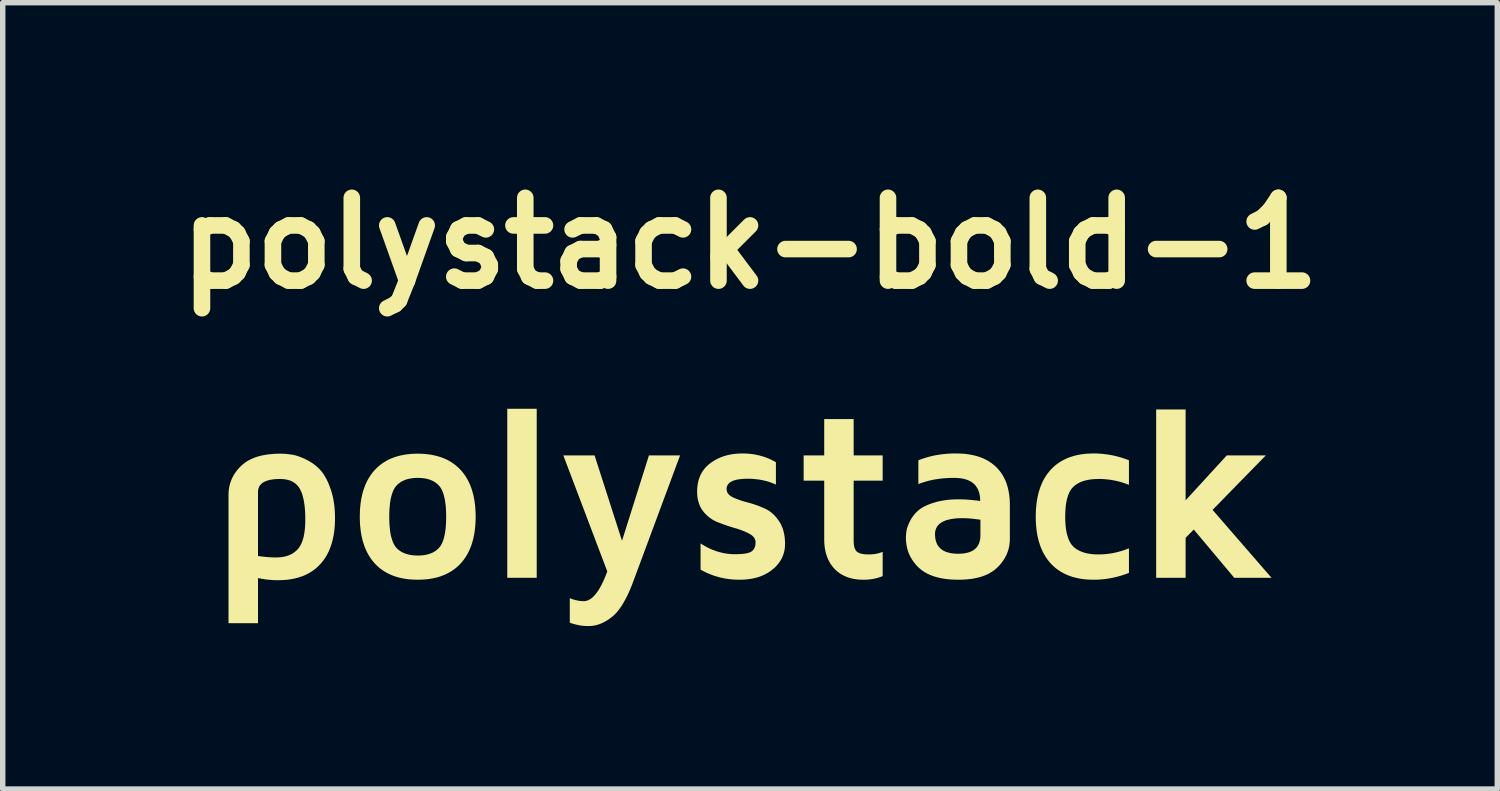
<source format=kicad_pcb>
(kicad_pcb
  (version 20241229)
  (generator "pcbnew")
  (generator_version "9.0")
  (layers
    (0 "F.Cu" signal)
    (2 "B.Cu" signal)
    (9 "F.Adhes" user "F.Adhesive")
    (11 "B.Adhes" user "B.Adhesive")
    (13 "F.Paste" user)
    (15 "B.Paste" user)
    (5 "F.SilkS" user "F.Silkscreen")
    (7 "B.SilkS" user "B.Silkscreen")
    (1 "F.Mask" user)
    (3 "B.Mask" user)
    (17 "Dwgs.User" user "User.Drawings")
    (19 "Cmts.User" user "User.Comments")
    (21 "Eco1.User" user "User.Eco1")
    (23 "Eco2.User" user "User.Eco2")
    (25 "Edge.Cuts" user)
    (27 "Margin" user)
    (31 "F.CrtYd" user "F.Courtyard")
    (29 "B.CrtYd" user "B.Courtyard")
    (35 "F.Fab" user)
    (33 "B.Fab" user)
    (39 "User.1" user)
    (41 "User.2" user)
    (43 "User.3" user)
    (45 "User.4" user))
  (footprint "polystack-bold-1"
    (layer "F.Cu")
    (at 10.755 6.474)
    (property "Reference" "polystack-bold-1" (at 0 -5.048 0) (layer "F.SilkS") (effects (font (size 1.524 1.524) (thickness 0.305))))
    (attr smd)
    (fp_poly (pts (xy -4.468 1.111) (xy -4.468 -2) (xy -3.926 -2) (xy -3.926 1.111) (xy -4.468 1.111)) (stroke (width 0) (type solid)) (fill yes) (layer "F.SilkS"))
    (fp_poly (pts (xy 7.476 1.111) (xy 7.476 -1.987) (xy 8.018 -1.987) (xy 8.018 -0.315) (xy 8.776 -1.142) (xy 9.495 -1.142) (xy 8.514 -0.139) (xy 9.599 1.111) (xy 8.913 1.111) (xy 8.168 0.223) (xy 8.018 0.375) (xy 8.018 1.111) (xy 7.476 1.111)) (stroke (width 0) (type solid)) (fill yes) (layer "F.SilkS"))
    (fp_poly (pts (xy 0.987 -0.677) (xy 0.987 -1.142) (xy 1.366 -1.142) (xy 1.366 -1.81) (xy 1.908 -1.81) (xy 1.908 -1.142) (xy 2.442 -1.142) (xy 2.442 -0.677) (xy 1.908 -0.677) (xy 1.908 0.434) (xy 1.909 0.469) (xy 1.912 0.501) (xy 1.917 0.53) (xy 1.923 0.556) (xy 1.932 0.579) (xy 1.942 0.599) (xy 1.954 0.616) (xy 1.968 0.631) (xy 1.983 0.641) (xy 2 0.651) (xy 2.019 0.659) (xy 2.041 0.666) (xy 2.065 0.671) (xy 2.091 0.676) (xy 2.12 0.679) (xy 2.151 0.681) (xy 2.184 0.681) (xy 2.213 0.681) (xy 2.241 0.679) (xy 2.268 0.677) (xy 2.295 0.674) (xy 2.321 0.669) (xy 2.347 0.664) (xy 2.371 0.658) (xy 2.396 0.65) (xy 2.419 0.642) (xy 2.442 0.633) (xy 2.442 1.08) (xy 2.417 1.09) (xy 2.392 1.099) (xy 2.367 1.107) (xy 2.341 1.115) (xy 2.316 1.121) (xy 2.289 1.127) (xy 2.263 1.132) (xy 2.236 1.137) (xy 2.208 1.14) (xy 2.181 1.143) (xy 2.153 1.145) (xy 2.124 1.146) (xy 2.096 1.147) (xy 2.085 1.147) (xy 2.055 1.146) (xy 2.025 1.145) (xy 1.996 1.143) (xy 1.968 1.14) (xy 1.94 1.136) (xy 1.913 1.132) (xy 1.886 1.126) (xy 1.86 1.12) (xy 1.834 1.113) (xy 1.81 1.106) (xy 1.785 1.097) (xy 1.762 1.087) (xy 1.739 1.077) (xy 1.716 1.066) (xy 1.694 1.054) (xy 1.673 1.042) (xy 1.652 1.028) (xy 1.632 1.014) (xy 1.613 0.999) (xy 1.594 0.983) (xy 1.575 0.966) (xy 1.558 0.948) (xy 1.541 0.931) (xy 1.526 0.912) (xy 1.511 0.894) (xy 1.497 0.875) (xy 1.483 0.855) (xy 1.471 0.834) (xy 1.459 0.813) (xy 1.448 0.792) (xy 1.437 0.77) (xy 1.427 0.747) (xy 1.418 0.724) (xy 1.41 0.7) (xy 1.402 0.676) (xy 1.395 0.651) (xy 1.389 0.625) (xy 1.384 0.599) (xy 1.379 0.573) (xy 1.375 0.546) (xy 1.372 0.518) (xy 1.369 0.49) (xy 1.367 0.461) (xy 1.366 0.431) (xy 1.366 0.401) (xy 1.366 -0.677) (xy 0.987 -0.677) (xy 0.987 -0.677)) (stroke (width 0) (type solid)) (fill yes) (layer "F.SilkS"))
    (fp_poly (pts (xy -3.436 -1.142) (xy -2.861 -1.142) (xy -2.356 0.43) (xy -1.86 -1.142) (xy -1.287 -1.142) (xy -2.144 1.166) (xy -2.157 1.2) (xy -2.169 1.233) (xy -2.182 1.265) (xy -2.195 1.296) (xy -2.207 1.326) (xy -2.22 1.356) (xy -2.233 1.385) (xy -2.246 1.413) (xy -2.259 1.441) (xy -2.273 1.467) (xy -2.286 1.493) (xy -2.299 1.518) (xy -2.313 1.542) (xy -2.326 1.566) (xy -2.34 1.589) (xy -2.353 1.611) (xy -2.367 1.632) (xy -2.381 1.653) (xy -2.394 1.672) (xy -2.408 1.691) (xy -2.422 1.71) (xy -2.436 1.727) (xy -2.45 1.744) (xy -2.465 1.76) (xy -2.479 1.775) (xy -2.493 1.789) (xy -2.508 1.803) (xy -2.522 1.816) (xy -2.537 1.828) (xy -2.56 1.846) (xy -2.584 1.864) (xy -2.608 1.88) (xy -2.632 1.896) (xy -2.655 1.91) (xy -2.68 1.923) (xy -2.704 1.936) (xy -2.728 1.947) (xy -2.752 1.957) (xy -2.777 1.966) (xy -2.801 1.974) (xy -2.826 1.981) (xy -2.85 1.987) (xy -2.875 1.991) (xy -2.9 1.995) (xy -2.925 1.998) (xy -2.95 1.999) (xy -2.975 2) (xy -3.001 1.999) (xy -3.027 1.998) (xy -3.053 1.997) (xy -3.079 1.994) (xy -3.105 1.991) (xy -3.132 1.987) (xy -3.158 1.982) (xy -3.184 1.976) (xy -3.211 1.97) (xy -3.237 1.963) (xy -3.264 1.956) (xy -3.29 1.947) (xy -3.317 1.938) (xy -3.317 1.486) (xy -3.291 1.497) (xy -3.265 1.506) (xy -3.24 1.514) (xy -3.214 1.521) (xy -3.188 1.527) (xy -3.163 1.532) (xy -3.137 1.536) (xy -3.112 1.539) (xy -3.087 1.541) (xy -3.061 1.541) (xy -3.045 1.541) (xy -3.029 1.539) (xy -3.013 1.535) (xy -2.998 1.531) (xy -2.982 1.525) (xy -2.966 1.518) (xy -2.951 1.509) (xy -2.935 1.5) (xy -2.92 1.489) (xy -2.904 1.476) (xy -2.889 1.463) (xy -2.874 1.448) (xy -2.859 1.431) (xy -2.844 1.414) (xy -2.829 1.395) (xy -2.814 1.375) (xy -2.799 1.353) (xy -2.784 1.331) (xy -2.769 1.306) (xy -2.755 1.281) (xy -2.74 1.254) (xy -2.726 1.226) (xy -2.712 1.197) (xy -2.697 1.167) (xy -2.683 1.135) (xy -2.669 1.102) (xy -2.655 1.067) (xy -2.641 1.031) (xy -2.627 0.994) (xy -3.436 -1.142)) (stroke (width 0) (type solid)) (fill yes) (layer "F.SilkS"))
    (fp_poly (pts (xy 5.26 -0.013) (xy 5.26 -0.045) (xy 5.261 -0.077) (xy 5.262 -0.108) (xy 5.263 -0.139) (xy 5.265 -0.169) (xy 5.268 -0.199) (xy 5.271 -0.228) (xy 5.274 -0.257) (xy 5.278 -0.286) (xy 5.282 -0.314) (xy 5.287 -0.342) (xy 5.292 -0.369) (xy 5.298 -0.396) (xy 5.304 -0.422) (xy 5.31 -0.448) (xy 5.317 -0.474) (xy 5.325 -0.499) (xy 5.333 -0.524) (xy 5.341 -0.548) (xy 5.35 -0.572) (xy 5.359 -0.595) (xy 5.369 -0.618) (xy 5.379 -0.641) (xy 5.389 -0.663) (xy 5.4 -0.685) (xy 5.412 -0.706) (xy 5.424 -0.727) (xy 5.436 -0.747) (xy 5.449 -0.767) (xy 5.462 -0.786) (xy 5.476 -0.806) (xy 5.49 -0.824) (xy 5.505 -0.842) (xy 5.52 -0.86) (xy 5.535 -0.878) (xy 5.552 -0.895) (xy 5.57 -0.913) (xy 5.587 -0.93) (xy 5.606 -0.946) (xy 5.624 -0.962) (xy 5.643 -0.977) (xy 5.663 -0.991) (xy 5.683 -1.005) (xy 5.703 -1.019) (xy 5.724 -1.032) (xy 5.746 -1.044) (xy 5.767 -1.056) (xy 5.789 -1.067) (xy 5.812 -1.078) (xy 5.835 -1.088) (xy 5.859 -1.098) (xy 5.882 -1.107) (xy 5.907 -1.115) (xy 5.932 -1.123) (xy 5.957 -1.131) (xy 5.983 -1.138) (xy 6.009 -1.144) (xy 6.035 -1.15) (xy 6.062 -1.155) (xy 6.09 -1.16) (xy 6.117 -1.164) (xy 6.146 -1.167) (xy 6.174 -1.171) (xy 6.204 -1.173) (xy 6.233 -1.175) (xy 6.263 -1.176) (xy 6.294 -1.177) (xy 6.325 -1.177) (xy 6.352 -1.177) (xy 6.38 -1.177) (xy 6.407 -1.175) (xy 6.435 -1.174) (xy 6.462 -1.172) (xy 6.489 -1.17) (xy 6.517 -1.167) (xy 6.544 -1.163) (xy 6.571 -1.16) (xy 6.598 -1.156) (xy 6.625 -1.151) (xy 6.653 -1.146) (xy 6.68 -1.141) (xy 6.707 -1.135) (xy 6.734 -1.128) (xy 6.761 -1.122) (xy 6.788 -1.114) (xy 6.815 -1.107) (xy 6.841 -1.099) (xy 6.868 -1.09) (xy 6.895 -1.081) (xy 6.922 -1.072) (xy 6.948 -1.062) (xy 6.975 -1.052) (xy 6.975 -0.6) (xy 6.95 -0.61) (xy 6.924 -0.619) (xy 6.898 -0.628) (xy 6.872 -0.637) (xy 6.847 -0.645) (xy 6.82 -0.653) (xy 6.794 -0.66) (xy 6.768 -0.666) (xy 6.742 -0.673) (xy 6.715 -0.678) (xy 6.688 -0.683) (xy 6.662 -0.688) (xy 6.635 -0.692) (xy 6.608 -0.696) (xy 6.58 -0.699) (xy 6.553 -0.702) (xy 6.526 -0.704) (xy 6.498 -0.706) (xy 6.471 -0.707) (xy 6.443 -0.708) (xy 6.415 -0.708) (xy 6.383 -0.707) (xy 6.351 -0.706) (xy 6.321 -0.704) (xy 6.291 -0.701) (xy 6.262 -0.698) (xy 6.235 -0.693) (xy 6.208 -0.688) (xy 6.181 -0.682) (xy 6.156 -0.676) (xy 6.132 -0.668) (xy 6.108 -0.66) (xy 6.086 -0.651) (xy 6.064 -0.641) (xy 6.043 -0.63) (xy 6.023 -0.618) (xy 6.004 -0.606) (xy 5.986 -0.593) (xy 5.968 -0.579) (xy 5.952 -0.564) (xy 5.939 -0.551) (xy 5.926 -0.537) (xy 5.914 -0.521) (xy 5.902 -0.504) (xy 5.892 -0.486) (xy 5.881 -0.467) (xy 5.872 -0.447) (xy 5.863 -0.426) (xy 5.854 -0.404) (xy 5.847 -0.381) (xy 5.84 -0.356) (xy 5.833 -0.33) (xy 5.827 -0.304) (xy 5.822 -0.276) (xy 5.817 -0.247) (xy 5.813 -0.217) (xy 5.81 -0.186) (xy 5.807 -0.153) (xy 5.805 -0.12) (xy 5.803 -0.086) (xy 5.802 -0.05) (xy 5.802 -0.013) (xy 5.802 0.023) (xy 5.803 0.058) (xy 5.805 0.093) (xy 5.807 0.126) (xy 5.81 0.158) (xy 5.813 0.189) (xy 5.817 0.219) (xy 5.822 0.247) (xy 5.827 0.275) (xy 5.833 0.302) (xy 5.84 0.327) (xy 5.847 0.352) (xy 5.854 0.375) (xy 5.863 0.398) (xy 5.872 0.419) (xy 5.881 0.439) (xy 5.892 0.458) (xy 5.902 0.476) (xy 5.914 0.493) (xy 5.926 0.509) (xy 5.939 0.524) (xy 5.952 0.538) (xy 5.968 0.553) (xy 5.986 0.567) (xy 6.004 0.58) (xy 6.023 0.592) (xy 6.043 0.603) (xy 6.064 0.614) (xy 6.086 0.624) (xy 6.108 0.633) (xy 6.132 0.642) (xy 6.156 0.649) (xy 6.181 0.656) (xy 6.208 0.662) (xy 6.235 0.667) (xy 6.262 0.671) (xy 6.291 0.675) (xy 6.321 0.678) (xy 6.351 0.68) (xy 6.383 0.681) (xy 6.415 0.681) (xy 6.442 0.681) (xy 6.468 0.68) (xy 6.495 0.679) (xy 6.522 0.677) (xy 6.548 0.675) (xy 6.575 0.672) (xy 6.602 0.669) (xy 6.628 0.665) (xy 6.655 0.661) (xy 6.682 0.656) (xy 6.708 0.65) (xy 6.735 0.645) (xy 6.762 0.638) (xy 6.788 0.631) (xy 6.815 0.624) (xy 6.842 0.616) (xy 6.868 0.608) (xy 6.895 0.599) (xy 6.922 0.589) (xy 6.948 0.579) (xy 6.975 0.569) (xy 6.975 1.021) (xy 6.948 1.031) (xy 6.922 1.041) (xy 6.895 1.05) (xy 6.868 1.059) (xy 6.841 1.068) (xy 6.815 1.076) (xy 6.788 1.083) (xy 6.761 1.091) (xy 6.734 1.097) (xy 6.707 1.104) (xy 6.68 1.11) (xy 6.653 1.115) (xy 6.625 1.12) (xy 6.598 1.125) (xy 6.571 1.129) (xy 6.544 1.133) (xy 6.517 1.136) (xy 6.489 1.139) (xy 6.462 1.141) (xy 6.435 1.143) (xy 6.407 1.145) (xy 6.38 1.146) (xy 6.352 1.146) (xy 6.325 1.147) (xy 6.294 1.146) (xy 6.263 1.145) (xy 6.233 1.144) (xy 6.204 1.142) (xy 6.174 1.14) (xy 6.146 1.137) (xy 6.117 1.133) (xy 6.09 1.129) (xy 6.062 1.124) (xy 6.035 1.119) (xy 6.009 1.113) (xy 5.983 1.107) (xy 5.957 1.1) (xy 5.932 1.093) (xy 5.907 1.085) (xy 5.882 1.076) (xy 5.859 1.067) (xy 5.835 1.057) (xy 5.812 1.047) (xy 5.789 1.036) (xy 5.767 1.025) (xy 5.746 1.013) (xy 5.724 1.001) (xy 5.703 0.988) (xy 5.683 0.974) (xy 5.663 0.96) (xy 5.643 0.946) (xy 5.624 0.931) (xy 5.606 0.915) (xy 5.587 0.899) (xy 5.57 0.882) (xy 5.552 0.865) (xy 5.535 0.847) (xy 5.52 0.829) (xy 5.505 0.812) (xy 5.49 0.793) (xy 5.476 0.775) (xy 5.462 0.756) (xy 5.449 0.736) (xy 5.436 0.716) (xy 5.424 0.696) (xy 5.412 0.675) (xy 5.4 0.654) (xy 5.389 0.632) (xy 5.379 0.61) (xy 5.369 0.588) (xy 5.359 0.565) (xy 5.35 0.542) (xy 5.341 0.518) (xy 5.333 0.494) (xy 5.325 0.469) (xy 5.317 0.444) (xy 5.31 0.419) (xy 5.304 0.393) (xy 5.298 0.367) (xy 5.292 0.34) (xy 5.287 0.313) (xy 5.282 0.286) (xy 5.278 0.258) (xy 5.274 0.229) (xy 5.271 0.2) (xy 5.268 0.171) (xy 5.265 0.141) (xy 5.263 0.111) (xy 5.262 0.081) (xy 5.261 0.05) (xy 5.26 0.019) (xy 5.26 -0.013)) (stroke (width 0) (type solid)) (fill yes) (layer "F.SilkS"))
    (fp_poly (pts (xy -9.599 1.947) (xy -9.026 0.714) (xy -8.995 0.718) (xy -8.965 0.722) (xy -8.936 0.725) (xy -8.908 0.728) (xy -8.88 0.73) (xy -8.852 0.732) (xy -8.825 0.734) (xy -8.799 0.735) (xy -8.773 0.736) (xy -8.748 0.736) (xy -8.724 0.737) (xy -8.693 0.736) (xy -8.664 0.734) (xy -8.635 0.732) (xy -8.607 0.728) (xy -8.58 0.723) (xy -8.554 0.718) (xy -8.529 0.711) (xy -8.504 0.703) (xy -8.481 0.694) (xy -8.458 0.684) (xy -8.437 0.673) (xy -8.416 0.661) (xy -8.396 0.648) (xy -8.377 0.633) (xy -8.358 0.618) (xy -8.341 0.602) (xy -8.324 0.584) (xy -8.312 0.57) (xy -8.3 0.554) (xy -8.289 0.538) (xy -8.279 0.521) (xy -8.268 0.502) (xy -8.259 0.483) (xy -8.25 0.463) (xy -8.242 0.441) (xy -8.234 0.419) (xy -8.227 0.396) (xy -8.22 0.372) (xy -8.214 0.347) (xy -8.209 0.32) (xy -8.204 0.293) (xy -8.2 0.265) (xy -8.196 0.236) (xy -8.193 0.206) (xy -8.19 0.175) (xy -8.188 0.144) (xy -8.187 0.111) (xy -8.186 0.077) (xy -8.186 0.042) (xy -8.186 0.006) (xy -8.186 -0.028) (xy -8.187 -0.062) (xy -8.189 -0.095) (xy -8.191 -0.127) (xy -8.193 -0.158) (xy -8.196 -0.188) (xy -8.199 -0.217) (xy -8.203 -0.246) (xy -8.207 -0.273) (xy -8.211 -0.3) (xy -8.216 -0.325) (xy -8.222 -0.35) (xy -8.228 -0.374) (xy -8.234 -0.397) (xy -8.24 -0.419) (xy -8.247 -0.44) (xy -8.255 -0.46) (xy -8.263 -0.479) (xy -8.271 -0.497) (xy -8.28 -0.515) (xy -8.289 -0.531) (xy -8.302 -0.551) (xy -8.316 -0.57) (xy -8.331 -0.588) (xy -8.346 -0.604) (xy -8.363 -0.62) (xy -8.382 -0.634) (xy -8.401 -0.647) (xy -8.421 -0.658) (xy -8.442 -0.669) (xy -8.464 -0.678) (xy -8.488 -0.686) (xy -8.512 -0.692) (xy -8.538 -0.698) (xy -8.565 -0.702) (xy -8.592 -0.705) (xy -8.621 -0.707) (xy -8.651 -0.708) (xy -8.685 -0.707) (xy -8.718 -0.706) (xy -8.75 -0.704) (xy -8.78 -0.7) (xy -8.808 -0.696) (xy -8.835 -0.691) (xy -8.86 -0.685) (xy -8.884 -0.678) (xy -8.906 -0.67) (xy -8.927 -0.662) (xy -8.946 -0.652) (xy -8.964 -0.642) (xy -8.98 -0.63) (xy -8.994 -0.618) (xy -9.007 -0.604) (xy -9.019 -0.59) (xy -9.029 -0.575) (xy -9.037 -0.559) (xy -9.044 -0.542) (xy -9.05 -0.524) (xy -9.053 -0.505) (xy -9.056 -0.486) (xy -9.056 -0.465) (xy -9.056 0.71) (xy -9.056 0.71) (xy -9.026 0.714) (xy -9.599 1.947) (xy -9.599 -0.415) (xy -9.598 -0.441) (xy -9.597 -0.468) (xy -9.595 -0.494) (xy -9.592 -0.52) (xy -9.588 -0.546) (xy -9.583 -0.571) (xy -9.577 -0.596) (xy -9.571 -0.62) (xy -9.563 -0.644) (xy -9.555 -0.668) (xy -9.546 -0.692) (xy -9.536 -0.715) (xy -9.525 -0.738) (xy -9.513 -0.76) (xy -9.5 -0.783) (xy -9.487 -0.804) (xy -9.472 -0.826) (xy -9.457 -0.847) (xy -9.441 -0.868) (xy -9.424 -0.889) (xy -9.406 -0.909) (xy -9.387 -0.929) (xy -9.367 -0.948) (xy -9.351 -0.963) (xy -9.334 -0.978) (xy -9.316 -0.992) (xy -9.298 -1.006) (xy -9.279 -1.019) (xy -9.26 -1.032) (xy -9.24 -1.044) (xy -9.219 -1.055) (xy -9.198 -1.066) (xy -9.177 -1.076) (xy -9.154 -1.086) (xy -9.131 -1.096) (xy -9.108 -1.105) (xy -9.084 -1.113) (xy -9.059 -1.121) (xy -9.034 -1.128) (xy -9.008 -1.134) (xy -8.981 -1.141) (xy -8.954 -1.146) (xy -8.926 -1.151) (xy -8.898 -1.156) (xy -8.869 -1.16) (xy -8.84 -1.163) (xy -8.81 -1.166) (xy -8.779 -1.169) (xy -8.748 -1.171) (xy -8.716 -1.172) (xy -8.684 -1.173) (xy -8.651 -1.173) (xy -8.623 -1.173) (xy -8.595 -1.172) (xy -8.567 -1.171) (xy -8.539 -1.169) (xy -8.511 -1.166) (xy -8.483 -1.163) (xy -8.456 -1.159) (xy -8.428 -1.155) (xy -8.405 -1.151) (xy -8.382 -1.146) (xy -8.357 -1.139) (xy -8.332 -1.132) (xy -8.306 -1.123) (xy -8.28 -1.113) (xy -8.252 -1.102) (xy -8.224 -1.09) (xy -8.195 -1.077) (xy -8.166 -1.063) (xy -8.141 -1.05) (xy -8.116 -1.036) (xy -8.092 -1.022) (xy -8.069 -1.008) (xy -8.047 -0.993) (xy -8.025 -0.977) (xy -8.003 -0.96) (xy -7.982 -0.943) (xy -7.962 -0.925) (xy -7.943 -0.907) (xy -7.924 -0.888) (xy -7.906 -0.869) (xy -7.891 -0.852) (xy -7.877 -0.835) (xy -7.863 -0.816) (xy -7.85 -0.797) (xy -7.837 -0.777) (xy -7.824 -0.755) (xy -7.811 -0.733) (xy -7.798 -0.71) (xy -7.786 -0.685) (xy -7.774 -0.66) (xy -7.762 -0.634) (xy -7.751 -0.606) (xy -7.74 -0.578) (xy -7.729 -0.548) (xy -7.718 -0.518) (xy -7.71 -0.495) (xy -7.703 -0.471) (xy -7.696 -0.448) (xy -7.69 -0.423) (xy -7.683 -0.399) (xy -7.678 -0.374) (xy -7.672 -0.349) (xy -7.667 -0.323) (xy -7.663 -0.297) (xy -7.659 -0.271) (xy -7.655 -0.244) (xy -7.651 -0.217) (xy -7.648 -0.189) (xy -7.646 -0.161) (xy -7.644 -0.133) (xy -7.642 -0.105) (xy -7.641 -0.076) (xy -7.64 -0.046) (xy -7.639 -0.017) (xy -7.639 0.013) (xy -7.639 0.046) (xy -7.64 0.077) (xy -7.641 0.109) (xy -7.642 0.14) (xy -7.645 0.17) (xy -7.647 0.2) (xy -7.65 0.229) (xy -7.654 0.259) (xy -7.658 0.287) (xy -7.662 0.315) (xy -7.667 0.343) (xy -7.673 0.371) (xy -7.678 0.397) (xy -7.685 0.424) (xy -7.692 0.45) (xy -7.699 0.475) (xy -7.707 0.501) (xy -7.715 0.525) (xy -7.723 0.55) (xy -7.733 0.573) (xy -7.742 0.597) (xy -7.752 0.62) (xy -7.763 0.642) (xy -7.774 0.664) (xy -7.785 0.686) (xy -7.797 0.707) (xy -7.81 0.728) (xy -7.823 0.748) (xy -7.836 0.768) (xy -7.85 0.787) (xy -7.864 0.806) (xy -7.879 0.824) (xy -7.894 0.842) (xy -7.91 0.86) (xy -7.927 0.878) (xy -7.944 0.895) (xy -7.961 0.911) (xy -7.979 0.927) (xy -7.997 0.943) (xy -8.016 0.958) (xy -8.036 0.972) (xy -8.055 0.986) (xy -8.075 0.999) (xy -8.096 1.012) (xy -8.117 1.024) (xy -8.138 1.036) (xy -8.16 1.047) (xy -8.182 1.058) (xy -8.205 1.068) (xy -8.228 1.077) (xy -8.251 1.086) (xy -8.275 1.094) (xy -8.3 1.102) (xy -8.325 1.11) (xy -8.35 1.116) (xy -8.375 1.123) (xy -8.402 1.128) (xy -8.428 1.133) (xy -8.455 1.138) (xy -8.482 1.142) (xy -8.51 1.146) (xy -8.538 1.149) (xy -8.567 1.151) (xy -8.596 1.153) (xy -8.626 1.154) (xy -8.656 1.155) (xy -8.686 1.155) (xy -8.713 1.155) (xy -8.74 1.155) (xy -8.767 1.154) (xy -8.794 1.152) (xy -8.82 1.15) (xy -8.847 1.148) (xy -8.873 1.146) (xy -8.9 1.143) (xy -8.926 1.139) (xy -8.952 1.135) (xy -8.979 1.131) (xy -9.005 1.126) (xy -9.031 1.121) (xy -9.056 1.116) (xy -9.056 1.947) (xy -9.599 1.947) (xy -9.599 1.947)) (stroke (width 0) (type solid)) (fill yes) (layer "F.SilkS"))
    (fp_poly (pts (xy -0.973 -0.474) (xy -0.973 -0.503) (xy -0.972 -0.532) (xy -0.969 -0.56) (xy -0.966 -0.587) (xy -0.962 -0.614) (xy -0.957 -0.64) (xy -0.951 -0.666) (xy -0.945 -0.691) (xy -0.937 -0.715) (xy -0.928 -0.739) (xy -0.919 -0.763) (xy -0.909 -0.785) (xy -0.897 -0.807) (xy -0.885 -0.829) (xy -0.872 -0.849) (xy -0.858 -0.87) (xy -0.843 -0.889) (xy -0.828 -0.908) (xy -0.811 -0.927) (xy -0.793 -0.945) (xy -0.775 -0.962) (xy -0.756 -0.978) (xy -0.735 -0.994) (xy -0.715 -1.009) (xy -0.694 -1.024) (xy -0.673 -1.037) (xy -0.652 -1.05) (xy -0.63 -1.063) (xy -0.608 -1.074) (xy -0.585 -1.086) (xy -0.562 -1.096) (xy -0.539 -1.106) (xy -0.515 -1.115) (xy -0.49 -1.124) (xy -0.466 -1.132) (xy -0.441 -1.139) (xy -0.415 -1.146) (xy -0.389 -1.152) (xy -0.363 -1.157) (xy -0.336 -1.162) (xy -0.309 -1.166) (xy -0.282 -1.169) (xy -0.254 -1.172) (xy -0.225 -1.175) (xy -0.197 -1.176) (xy -0.167 -1.177) (xy -0.138 -1.177) (xy -0.11 -1.177) (xy -0.082 -1.176) (xy -0.055 -1.175) (xy -0.028 -1.173) (xy -0.001 -1.17) (xy 0.026 -1.167) (xy 0.053 -1.164) (xy 0.079 -1.16) (xy 0.106 -1.155) (xy 0.132 -1.149) (xy 0.158 -1.144) (xy 0.184 -1.137) (xy 0.209 -1.13) (xy 0.234 -1.123) (xy 0.26 -1.115) (xy 0.285 -1.106) (xy 0.309 -1.097) (xy 0.334 -1.087) (xy 0.358 -1.077) (xy 0.382 -1.066) (xy 0.406 -1.054) (xy 0.43 -1.042) (xy 0.454 -1.03) (xy 0.477 -1.016) (xy 0.477 -0.604) (xy 0.454 -0.615) (xy 0.431 -0.625) (xy 0.407 -0.634) (xy 0.383 -0.643) (xy 0.359 -0.651) (xy 0.334 -0.659) (xy 0.309 -0.667) (xy 0.284 -0.673) (xy 0.258 -0.679) (xy 0.233 -0.685) (xy 0.206 -0.69) (xy 0.18 -0.695) (xy 0.153 -0.699) (xy 0.126 -0.702) (xy 0.099 -0.705) (xy 0.071 -0.708) (xy 0.043 -0.71) (xy 0.015 -0.711) (xy -0.014 -0.712) (xy -0.043 -0.712) (xy -0.079 -0.712) (xy -0.113 -0.71) (xy -0.146 -0.708) (xy -0.177 -0.705) (xy -0.206 -0.701) (xy -0.233 -0.697) (xy -0.259 -0.691) (xy -0.282 -0.685) (xy -0.304 -0.677) (xy -0.325 -0.669) (xy -0.343 -0.66) (xy -0.36 -0.65) (xy -0.375 -0.64) (xy -0.388 -0.628) (xy -0.399 -0.615) (xy -0.409 -0.602) (xy -0.417 -0.588) (xy -0.423 -0.573) (xy -0.428 -0.557) (xy -0.43 -0.54) (xy -0.431 -0.523) (xy -0.429 -0.499) (xy -0.424 -0.478) (xy -0.416 -0.457) (xy -0.403 -0.438) (xy -0.388 -0.42) (xy -0.369 -0.403) (xy -0.347 -0.387) (xy -0.321 -0.373) (xy -0.3 -0.363) (xy -0.279 -0.354) (xy -0.257 -0.345) (xy -0.234 -0.336) (xy -0.211 -0.327) (xy -0.186 -0.318) (xy -0.161 -0.31) (xy -0.135 -0.301) (xy -0.108 -0.293) (xy -0.08 -0.286) (xy -0.052 -0.278) (xy -0.025 -0.271) (xy 0.001 -0.264) (xy 0.027 -0.256) (xy 0.054 -0.248) (xy 0.08 -0.239) (xy 0.106 -0.23) (xy 0.133 -0.221) (xy 0.159 -0.211) (xy 0.185 -0.201) (xy 0.211 -0.19) (xy 0.237 -0.179) (xy 0.263 -0.168) (xy 0.286 -0.157) (xy 0.308 -0.146) (xy 0.329 -0.134) (xy 0.35 -0.121) (xy 0.371 -0.106) (xy 0.391 -0.091) (xy 0.41 -0.075) (xy 0.429 -0.058) (xy 0.448 -0.04) (xy 0.466 -0.02) (xy 0.483 -0.00029) (xy 0.5 0.021) (xy 0.516 0.043) (xy 0.532 0.066) (xy 0.545 0.086) (xy 0.557 0.106) (xy 0.569 0.127) (xy 0.579 0.149) (xy 0.589 0.171) (xy 0.598 0.194) (xy 0.606 0.218) (xy 0.613 0.242) (xy 0.62 0.267) (xy 0.626 0.292) (xy 0.631 0.318) (xy 0.635 0.345) (xy 0.639 0.372) (xy 0.641 0.4) (xy 0.643 0.428) (xy 0.645 0.457) (xy 0.645 0.487) (xy 0.644 0.514) (xy 0.643 0.541) (xy 0.64 0.567) (xy 0.637 0.592) (xy 0.632 0.617) (xy 0.626 0.642) (xy 0.619 0.666) (xy 0.611 0.69) (xy 0.602 0.713) (xy 0.592 0.736) (xy 0.581 0.759) (xy 0.569 0.781) (xy 0.556 0.802) (xy 0.542 0.823) (xy 0.527 0.844) (xy 0.511 0.864) (xy 0.493 0.884) (xy 0.475 0.904) (xy 0.455 0.923) (xy 0.435 0.941) (xy 0.413 0.959) (xy 0.394 0.974) (xy 0.374 0.989) (xy 0.354 1.003) (xy 0.333 1.016) (xy 0.311 1.029) (xy 0.289 1.041) (xy 0.267 1.052) (xy 0.244 1.063) (xy 0.22 1.073) (xy 0.196 1.083) (xy 0.172 1.092) (xy 0.147 1.1) (xy 0.121 1.107) (xy 0.095 1.114) (xy 0.068 1.12) (xy 0.041 1.126) (xy 0.013 1.131) (xy -0.015 1.135) (xy -0.044 1.138) (xy -0.073 1.141) (xy -0.103 1.144) (xy -0.133 1.145) (xy -0.164 1.146) (xy -0.195 1.147) (xy -0.223 1.146) (xy -0.25 1.146) (xy -0.278 1.144) (xy -0.305 1.143) (xy -0.332 1.141) (xy -0.359 1.138) (xy -0.385 1.135) (xy -0.412 1.131) (xy -0.438 1.127) (xy -0.464 1.123) (xy -0.491 1.118) (xy -0.516 1.112) (xy -0.542 1.107) (xy -0.568 1.1) (xy -0.593 1.093) (xy -0.618 1.086) (xy -0.644 1.078) (xy -0.669 1.07) (xy -0.693 1.061) (xy -0.718 1.052) (xy -0.742 1.042) (xy -0.767 1.032) (xy -0.791 1.022) (xy -0.815 1.01) (xy -0.839 0.999) (xy -0.863 0.987) (xy -0.886 0.974) (xy -0.91 0.961) (xy -0.91 0.478) (xy -0.886 0.494) (xy -0.862 0.509) (xy -0.837 0.523) (xy -0.813 0.537) (xy -0.789 0.55) (xy -0.764 0.562) (xy -0.74 0.574) (xy -0.715 0.585) (xy -0.69 0.596) (xy -0.665 0.605) (xy -0.639 0.615) (xy -0.614 0.623) (xy -0.589 0.631) (xy -0.563 0.638) (xy -0.537 0.645) (xy -0.511 0.651) (xy -0.485 0.657) (xy -0.459 0.661) (xy -0.433 0.665) (xy -0.406 0.669) (xy -0.38 0.672) (xy -0.353 0.674) (xy -0.326 0.676) (xy -0.299 0.677) (xy -0.272 0.677) (xy -0.234 0.677) (xy -0.199 0.675) (xy -0.166 0.674) (xy -0.135 0.671) (xy -0.106 0.668) (xy -0.079 0.664) (xy -0.055 0.659) (xy -0.033 0.653) (xy -0.014 0.647) (xy 0.004 0.64) (xy 0.019 0.632) (xy 0.032 0.624) (xy 0.049 0.609) (xy 0.063 0.593) (xy 0.075 0.575) (xy 0.085 0.556) (xy 0.093 0.534) (xy 0.098 0.512) (xy 0.101 0.487) (xy 0.103 0.461) (xy 0.101 0.439) (xy 0.097 0.419) (xy 0.09 0.399) (xy 0.08 0.38) (xy 0.068 0.363) (xy 0.053 0.346) (xy 0.035 0.33) (xy 0.014 0.316) (xy -0.01 0.302) (xy -0.03 0.291) (xy -0.052 0.28) (xy -0.074 0.27) (xy -0.097 0.259) (xy -0.12 0.25) (xy -0.145 0.24) (xy -0.17 0.231) (xy -0.196 0.222) (xy -0.223 0.213) (xy -0.25 0.204) (xy -0.279 0.196) (xy -0.305 0.188) (xy -0.331 0.18) (xy -0.357 0.172) (xy -0.384 0.164) (xy -0.41 0.155) (xy -0.436 0.146) (xy -0.462 0.137) (xy -0.489 0.128) (xy -0.515 0.118) (xy -0.541 0.108) (xy -0.568 0.098) (xy -0.594 0.088) (xy -0.618 0.078) (xy -0.641 0.067) (xy -0.664 0.055) (xy -0.686 0.043) (xy -0.708 0.029) (xy -0.729 0.014) (xy -0.75 -0.001) (xy -0.77 -0.018) (xy -0.79 -0.035) (xy -0.809 -0.054) (xy -0.828 -0.073) (xy -0.846 -0.093) (xy -0.863 -0.115) (xy -0.877 -0.134) (xy -0.891 -0.154) (xy -0.903 -0.175) (xy -0.914 -0.196) (xy -0.924 -0.218) (xy -0.934 -0.241) (xy -0.942 -0.264) (xy -0.949 -0.288) (xy -0.956 -0.313) (xy -0.961 -0.338) (xy -0.966 -0.364) (xy -0.969 -0.391) (xy -0.971 -0.418) (xy -0.973 -0.446) (xy -0.973 -0.474)) (stroke (width 0) (type solid)) (fill yes) (layer "F.SilkS"))
    (fp_poly (pts (xy 2.87 0.375) (xy 3.405 0.306) (xy 3.406 0.332) (xy 3.408 0.356) (xy 3.41 0.38) (xy 3.414 0.402) (xy 3.419 0.424) (xy 3.425 0.445) (xy 3.432 0.465) (xy 3.44 0.484) (xy 3.449 0.502) (xy 3.46 0.519) (xy 3.471 0.535) (xy 3.484 0.55) (xy 3.497 0.564) (xy 3.512 0.578) (xy 3.528 0.59) (xy 3.544 0.602) (xy 3.562 0.612) (xy 3.581 0.622) (xy 3.601 0.631) (xy 3.623 0.639) (xy 3.645 0.645) (xy 3.668 0.651) (xy 3.693 0.657) (xy 3.718 0.661) (xy 3.745 0.664) (xy 3.772 0.666) (xy 3.801 0.668) (xy 3.831 0.668) (xy 3.835 0.668) (xy 3.865 0.668) (xy 3.893 0.666) (xy 3.921 0.664) (xy 3.947 0.661) (xy 3.972 0.656) (xy 3.996 0.651) (xy 4.018 0.645) (xy 4.04 0.638) (xy 4.061 0.63) (xy 4.08 0.621) (xy 4.099 0.611) (xy 4.116 0.601) (xy 4.132 0.589) (xy 4.147 0.576) (xy 4.161 0.563) (xy 4.174 0.548) (xy 4.185 0.533) (xy 4.196 0.516) (xy 4.205 0.499) (xy 4.214 0.481) (xy 4.221 0.461) (xy 4.227 0.441) (xy 4.232 0.42) (xy 4.236 0.398) (xy 4.239 0.375) (xy 4.24 0.351) (xy 4.241 0.326) (xy 4.241 0.042) (xy 4.21 0.038) (xy 4.179 0.034) (xy 4.15 0.03) (xy 4.121 0.027) (xy 4.093 0.024) (xy 4.065 0.021) (xy 4.039 0.019) (xy 4.013 0.017) (xy 3.988 0.016) (xy 3.963 0.015) (xy 3.94 0.014) (xy 3.917 0.013) (xy 3.882 0.014) (xy 3.849 0.015) (xy 3.817 0.016) (xy 3.786 0.019) (xy 3.756 0.022) (xy 3.728 0.026) (xy 3.701 0.03) (xy 3.675 0.036) (xy 3.65 0.042) (xy 3.626 0.048) (xy 3.604 0.055) (xy 3.582 0.064) (xy 3.562 0.072) (xy 3.543 0.082) (xy 3.526 0.092) (xy 3.509 0.103) (xy 3.494 0.114) (xy 3.48 0.126) (xy 3.467 0.139) (xy 3.456 0.153) (xy 3.445 0.167) (xy 3.436 0.182) (xy 3.428 0.198) (xy 3.421 0.214) (xy 3.416 0.231) (xy 3.411 0.249) (xy 3.408 0.267) (xy 3.406 0.287) (xy 3.405 0.307) (xy 3.405 0.306) (xy 2.87 0.375) (xy 2.87 0.347) (xy 2.872 0.32) (xy 2.874 0.292) (xy 2.878 0.264) (xy 2.883 0.236) (xy 2.887 0.214) (xy 2.894 0.191) (xy 2.902 0.167) (xy 2.912 0.141) (xy 2.923 0.114) (xy 2.936 0.085) (xy 2.951 0.055) (xy 2.964 0.031) (xy 2.979 0.008) (xy 2.994 -0.014) (xy 3.01 -0.036) (xy 3.027 -0.057) (xy 3.045 -0.077) (xy 3.064 -0.097) (xy 3.084 -0.116) (xy 3.106 -0.135) (xy 3.122 -0.148) (xy 3.14 -0.161) (xy 3.16 -0.174) (xy 3.181 -0.186) (xy 3.202 -0.198) (xy 3.226 -0.21) (xy 3.25 -0.221) (xy 3.276 -0.233) (xy 3.303 -0.243) (xy 3.332 -0.254) (xy 3.361 -0.264) (xy 3.392 -0.273) (xy 3.415 -0.28) (xy 3.438 -0.287) (xy 3.461 -0.293) (xy 3.485 -0.298) (xy 3.51 -0.303) (xy 3.535 -0.308) (xy 3.56 -0.312) (xy 3.586 -0.316) (xy 3.612 -0.32) (xy 3.639 -0.323) (xy 3.666 -0.326) (xy 3.694 -0.328) (xy 3.722 -0.33) (xy 3.751 -0.331) (xy 3.78 -0.332) (xy 3.81 -0.333) (xy 3.84 -0.333) (xy 3.865 -0.333) (xy 3.89 -0.332) (xy 3.915 -0.332) (xy 3.94 -0.331) (xy 3.966 -0.33) (xy 3.992 -0.328) (xy 4.018 -0.326) (xy 4.045 -0.324) (xy 4.072 -0.322) (xy 4.098 -0.319) (xy 4.126 -0.316) (xy 4.153 -0.313) (xy 4.181 -0.31) (xy 4.209 -0.306) (xy 4.237 -0.302) (xy 4.236 -0.327) (xy 4.235 -0.352) (xy 4.233 -0.376) (xy 4.23 -0.399) (xy 4.226 -0.421) (xy 4.221 -0.443) (xy 4.215 -0.463) (xy 4.209 -0.483) (xy 4.201 -0.503) (xy 4.193 -0.521) (xy 4.183 -0.538) (xy 4.173 -0.555) (xy 4.162 -0.571) (xy 4.151 -0.587) (xy 4.138 -0.601) (xy 4.124 -0.615) (xy 4.11 -0.628) (xy 4.094 -0.64) (xy 4.078 -0.651) (xy 4.061 -0.662) (xy 4.043 -0.671) (xy 4.024 -0.68) (xy 4.004 -0.689) (xy 3.984 -0.696) (xy 3.962 -0.703) (xy 3.94 -0.708) (xy 3.916 -0.714) (xy 3.892 -0.718) (xy 3.867 -0.721) (xy 3.841 -0.724) (xy 3.814 -0.726) (xy 3.787 -0.727) (xy 3.758 -0.728) (xy 3.728 -0.727) (xy 3.698 -0.727) (xy 3.669 -0.726) (xy 3.639 -0.725) (xy 3.61 -0.723) (xy 3.582 -0.721) (xy 3.554 -0.719) (xy 3.526 -0.716) (xy 3.498 -0.713) (xy 3.471 -0.709) (xy 3.444 -0.705) (xy 3.417 -0.701) (xy 3.391 -0.697) (xy 3.365 -0.692) (xy 3.339 -0.686) (xy 3.313 -0.681) (xy 3.288 -0.675) (xy 3.264 -0.668) (xy 3.239 -0.661) (xy 3.215 -0.654) (xy 3.191 -0.647) (xy 3.168 -0.639) (xy 3.144 -0.631) (xy 3.121 -0.622) (xy 3.099 -0.613) (xy 3.099 -1.052) (xy 3.123 -1.061) (xy 3.147 -1.07) (xy 3.172 -1.079) (xy 3.196 -1.087) (xy 3.221 -1.095) (xy 3.246 -1.103) (xy 3.271 -1.11) (xy 3.297 -1.117) (xy 3.322 -1.124) (xy 3.348 -1.13) (xy 3.374 -1.136) (xy 3.4 -1.141) (xy 3.427 -1.146) (xy 3.454 -1.151) (xy 3.48 -1.155) (xy 3.507 -1.159) (xy 3.535 -1.162) (xy 3.562 -1.166) (xy 3.59 -1.168) (xy 3.618 -1.171) (xy 3.646 -1.173) (xy 3.674 -1.174) (xy 3.702 -1.176) (xy 3.731 -1.177) (xy 3.76 -1.177) (xy 3.789 -1.177) (xy 3.821 -1.177) (xy 3.852 -1.176) (xy 3.883 -1.175) (xy 3.914 -1.173) (xy 3.944 -1.171) (xy 3.973 -1.168) (xy 4.002 -1.164) (xy 4.03 -1.16) (xy 4.058 -1.155) (xy 4.086 -1.15) (xy 4.113 -1.144) (xy 4.139 -1.138) (xy 4.165 -1.131) (xy 4.19 -1.124) (xy 4.215 -1.116) (xy 4.24 -1.107) (xy 4.263 -1.098) (xy 4.287 -1.089) (xy 4.31 -1.078) (xy 4.332 -1.068) (xy 4.354 -1.056) (xy 4.375 -1.045) (xy 4.396 -1.032) (xy 4.416 -1.019) (xy 4.436 -1.006) (xy 4.455 -0.992) (xy 4.474 -0.977) (xy 4.493 -0.962) (xy 4.51 -0.947) (xy 4.528 -0.93) (xy 4.544 -0.914) (xy 4.561 -0.897) (xy 4.576 -0.879) (xy 4.591 -0.861) (xy 4.606 -0.843) (xy 4.62 -0.824) (xy 4.633 -0.804) (xy 4.646 -0.784) (xy 4.658 -0.764) (xy 4.67 -0.743) (xy 4.681 -0.721) (xy 4.691 -0.699) (xy 4.701 -0.677) (xy 4.711 -0.654) (xy 4.72 -0.631) (xy 4.728 -0.607) (xy 4.735 -0.582) (xy 4.743 -0.557) (xy 4.749 -0.532) (xy 4.755 -0.506) (xy 4.76 -0.48) (xy 4.765 -0.453) (xy 4.77 -0.426) (xy 4.773 -0.398) (xy 4.776 -0.369) (xy 4.779 -0.341) (xy 4.781 -0.311) (xy 4.782 -0.282) (xy 4.783 -0.251) (xy 4.783 -0.22) (xy 4.783 0.388) (xy 4.783 0.415) (xy 4.782 0.441) (xy 4.779 0.468) (xy 4.776 0.494) (xy 4.772 0.519) (xy 4.768 0.544) (xy 4.762 0.569) (xy 4.755 0.594) (xy 4.748 0.618) (xy 4.739 0.642) (xy 4.73 0.666) (xy 4.72 0.689) (xy 4.709 0.712) (xy 4.697 0.735) (xy 4.684 0.757) (xy 4.67 0.779) (xy 4.656 0.801) (xy 4.64 0.822) (xy 4.624 0.843) (xy 4.607 0.864) (xy 4.589 0.884) (xy 4.57 0.904) (xy 4.55 0.924) (xy 4.533 0.939) (xy 4.517 0.953) (xy 4.499 0.968) (xy 4.481 0.981) (xy 4.462 0.994) (xy 4.443 1.006) (xy 4.423 1.018) (xy 4.403 1.03) (xy 4.382 1.041) (xy 4.36 1.051) (xy 4.338 1.061) (xy 4.315 1.07) (xy 4.292 1.079) (xy 4.268 1.087) (xy 4.243 1.095) (xy 4.218 1.102) (xy 4.192 1.108) (xy 4.166 1.114) (xy 4.138 1.12) (xy 4.111 1.125) (xy 4.083 1.13) (xy 4.054 1.134) (xy 4.024 1.137) (xy 3.994 1.14) (xy 3.964 1.142) (xy 3.933 1.144) (xy 3.901 1.145) (xy 3.868 1.146) (xy 3.835 1.147) (xy 3.803 1.146) (xy 3.77 1.146) (xy 3.739 1.144) (xy 3.708 1.143) (xy 3.677 1.14) (xy 3.647 1.138) (xy 3.618 1.134) (xy 3.589 1.131) (xy 3.561 1.126) (xy 3.534 1.122) (xy 3.507 1.116) (xy 3.48 1.111) (xy 3.454 1.104) (xy 3.429 1.098) (xy 3.404 1.09) (xy 3.38 1.083) (xy 3.357 1.074) (xy 3.334 1.066) (xy 3.311 1.056) (xy 3.29 1.047) (xy 3.268 1.036) (xy 3.248 1.026) (xy 3.228 1.014) (xy 3.208 1.003) (xy 3.189 0.99) (xy 3.171 0.978) (xy 3.153 0.964) (xy 3.136 0.951) (xy 3.119 0.936) (xy 3.103 0.922) (xy 3.083 0.902) (xy 3.064 0.882) (xy 3.046 0.861) (xy 3.029 0.84) (xy 3.013 0.819) (xy 2.997 0.798) (xy 2.983 0.776) (xy 2.969 0.753) (xy 2.956 0.731) (xy 2.944 0.708) (xy 2.933 0.684) (xy 2.923 0.661) (xy 2.914 0.636) (xy 2.905 0.612) (xy 2.898 0.587) (xy 2.891 0.562) (xy 2.886 0.536) (xy 2.881 0.51) (xy 2.877 0.484) (xy 2.874 0.457) (xy 2.871 0.43) (xy 2.87 0.403) (xy 2.87 0.375) (xy 2.87 0.375)) (stroke (width 0) (type solid)) (fill yes) (layer "F.SilkS"))
    (fp_poly (pts (xy -6.907 0.847) (xy -6.602 -0.389) (xy -6.608 -0.364) (xy -6.614 -0.337) (xy -6.619 -0.31) (xy -6.623 -0.281) (xy -6.627 -0.251) (xy -6.63 -0.22) (xy -6.633 -0.188) (xy -6.636 -0.155) (xy -6.638 -0.121) (xy -6.639 -0.085) (xy -6.64 -0.049) (xy -6.64 -0.011) (xy -6.64 0.026) (xy -6.639 0.063) (xy -6.638 0.098) (xy -6.636 0.132) (xy -6.633 0.165) (xy -6.63 0.197) (xy -6.627 0.228) (xy -6.623 0.258) (xy -6.619 0.286) (xy -6.614 0.314) (xy -6.608 0.34) (xy -6.602 0.365) (xy -6.595 0.389) (xy -6.588 0.412) (xy -6.58 0.434) (xy -6.572 0.455) (xy -6.564 0.474) (xy -6.554 0.493) (xy -6.545 0.51) (xy -6.534 0.527) (xy -6.523 0.542) (xy -6.512 0.556) (xy -6.496 0.572) (xy -6.48 0.588) (xy -6.462 0.602) (xy -6.443 0.616) (xy -6.424 0.629) (xy -6.403 0.64) (xy -6.382 0.651) (xy -6.359 0.66) (xy -6.336 0.669) (xy -6.312 0.676) (xy -6.286 0.683) (xy -6.26 0.689) (xy -6.233 0.693) (xy -6.205 0.697) (xy -6.176 0.699) (xy -6.146 0.701) (xy -6.115 0.701) (xy -6.084 0.701) (xy -6.054 0.699) (xy -6.025 0.697) (xy -5.997 0.693) (xy -5.97 0.689) (xy -5.944 0.683) (xy -5.919 0.676) (xy -5.895 0.669) (xy -5.872 0.66) (xy -5.849 0.651) (xy -5.828 0.64) (xy -5.808 0.629) (xy -5.788 0.616) (xy -5.77 0.602) (xy -5.753 0.588) (xy -5.736 0.572) (xy -5.721 0.556) (xy -5.709 0.542) (xy -5.698 0.527) (xy -5.688 0.51) (xy -5.678 0.493) (xy -5.669 0.474) (xy -5.66 0.455) (xy -5.652 0.434) (xy -5.644 0.412) (xy -5.637 0.389) (xy -5.631 0.365) (xy -5.625 0.34) (xy -5.619 0.314) (xy -5.614 0.286) (xy -5.61 0.258) (xy -5.606 0.228) (xy -5.602 0.197) (xy -5.599 0.165) (xy -5.597 0.132) (xy -5.595 0.098) (xy -5.594 0.063) (xy -5.593 0.026) (xy -5.593 -0.011) (xy -5.593 -0.049) (xy -5.594 -0.085) (xy -5.595 -0.121) (xy -5.597 -0.155) (xy -5.599 -0.188) (xy -5.602 -0.22) (xy -5.606 -0.251) (xy -5.61 -0.281) (xy -5.614 -0.31) (xy -5.619 -0.337) (xy -5.625 -0.364) (xy -5.631 -0.389) (xy -5.637 -0.413) (xy -5.644 -0.436) (xy -5.652 -0.458) (xy -5.66 -0.479) (xy -5.669 -0.499) (xy -5.678 -0.517) (xy -5.688 -0.535) (xy -5.698 -0.551) (xy -5.709 -0.566) (xy -5.721 -0.58) (xy -5.736 -0.597) (xy -5.753 -0.613) (xy -5.77 -0.627) (xy -5.788 -0.641) (xy -5.808 -0.654) (xy -5.828 -0.666) (xy -5.849 -0.676) (xy -5.872 -0.686) (xy -5.895 -0.695) (xy -5.919 -0.703) (xy -5.944 -0.709) (xy -5.97 -0.715) (xy -5.997 -0.719) (xy -6.025 -0.723) (xy -6.054 -0.726) (xy -6.084 -0.727) (xy -6.115 -0.728) (xy -6.146 -0.727) (xy -6.176 -0.726) (xy -6.205 -0.723) (xy -6.233 -0.719) (xy -6.26 -0.715) (xy -6.286 -0.709) (xy -6.312 -0.703) (xy -6.336 -0.695) (xy -6.359 -0.686) (xy -6.382 -0.676) (xy -6.403 -0.666) (xy -6.424 -0.654) (xy -6.443 -0.641) (xy -6.462 -0.627) (xy -6.48 -0.613) (xy -6.496 -0.597) (xy -6.512 -0.58) (xy -6.523 -0.566) (xy -6.534 -0.551) (xy -6.545 -0.535) (xy -6.554 -0.517) (xy -6.564 -0.499) (xy -6.572 -0.479) (xy -6.58 -0.458) (xy -6.588 -0.436) (xy -6.595 -0.413) (xy -6.602 -0.389) (xy -6.907 0.847) (xy -6.922 0.829) (xy -6.937 0.812) (xy -6.952 0.793) (xy -6.966 0.775) (xy -6.98 0.756) (xy -6.993 0.736) (xy -7.006 0.716) (xy -7.018 0.696) (xy -7.03 0.675) (xy -7.042 0.654) (xy -7.053 0.632) (xy -7.063 0.61) (xy -7.073 0.588) (xy -7.083 0.565) (xy -7.092 0.542) (xy -7.101 0.518) (xy -7.109 0.494) (xy -7.117 0.469) (xy -7.125 0.444) (xy -7.132 0.419) (xy -7.138 0.393) (xy -7.144 0.367) (xy -7.15 0.34) (xy -7.155 0.313) (xy -7.16 0.286) (xy -7.164 0.258) (xy -7.168 0.229) (xy -7.171 0.2) (xy -7.174 0.171) (xy -7.177 0.141) (xy -7.179 0.111) (xy -7.18 0.081) (xy -7.181 0.05) (xy -7.182 0.019) (xy -7.182 -0.013) (xy -7.182 -0.045) (xy -7.181 -0.076) (xy -7.18 -0.107) (xy -7.179 -0.138) (xy -7.177 -0.168) (xy -7.174 -0.198) (xy -7.171 -0.227) (xy -7.168 -0.256) (xy -7.164 -0.284) (xy -7.16 -0.312) (xy -7.155 -0.34) (xy -7.15 -0.367) (xy -7.144 -0.393) (xy -7.138 -0.42) (xy -7.132 -0.445) (xy -7.125 -0.471) (xy -7.117 -0.496) (xy -7.109 -0.52) (xy -7.101 -0.545) (xy -7.092 -0.568) (xy -7.083 -0.592) (xy -7.073 -0.614) (xy -7.063 -0.637) (xy -7.053 -0.659) (xy -7.042 -0.681) (xy -7.03 -0.702) (xy -7.018 -0.722) (xy -7.006 -0.743) (xy -6.993 -0.763) (xy -6.98 -0.782) (xy -6.966 -0.801) (xy -6.952 -0.82) (xy -6.937 -0.838) (xy -6.922 -0.856) (xy -6.907 -0.873) (xy -6.89 -0.891) (xy -6.872 -0.908) (xy -6.855 -0.925) (xy -6.836 -0.941) (xy -6.818 -0.957) (xy -6.799 -0.972) (xy -6.779 -0.987) (xy -6.759 -1.001) (xy -6.739 -1.014) (xy -6.718 -1.027) (xy -6.697 -1.04) (xy -6.675 -1.052) (xy -6.653 -1.063) (xy -6.63 -1.074) (xy -6.607 -1.084) (xy -6.583 -1.093) (xy -6.56 -1.103) (xy -6.535 -1.111) (xy -6.51 -1.119) (xy -6.485 -1.126) (xy -6.46 -1.133) (xy -6.433 -1.14) (xy -6.407 -1.145) (xy -6.38 -1.151) (xy -6.352 -1.155) (xy -6.325 -1.16) (xy -6.296 -1.163) (xy -6.268 -1.166) (xy -6.238 -1.169) (xy -6.209 -1.171) (xy -6.179 -1.172) (xy -6.148 -1.173) (xy -6.117 -1.173) (xy -6.086 -1.173) (xy -6.056 -1.172) (xy -6.026 -1.171) (xy -5.996 -1.169) (xy -5.967 -1.166) (xy -5.938 -1.163) (xy -5.909 -1.16) (xy -5.881 -1.155) (xy -5.854 -1.151) (xy -5.827 -1.145) (xy -5.8 -1.14) (xy -5.774 -1.133) (xy -5.748 -1.126) (xy -5.723 -1.119) (xy -5.698 -1.111) (xy -5.674 -1.103) (xy -5.65 -1.093) (xy -5.626 -1.084) (xy -5.603 -1.074) (xy -5.58 -1.063) (xy -5.558 -1.052) (xy -5.536 -1.04) (xy -5.515 -1.027) (xy -5.494 -1.014) (xy -5.474 -1.001) (xy -5.454 -0.987) (xy -5.434 -0.972) (xy -5.415 -0.957) (xy -5.396 -0.941) (xy -5.378 -0.925) (xy -5.36 -0.908) (xy -5.343 -0.891) (xy -5.326 -0.873) (xy -5.31 -0.856) (xy -5.295 -0.838) (xy -5.281 -0.82) (xy -5.266 -0.801) (xy -5.253 -0.782) (xy -5.239 -0.763) (xy -5.227 -0.743) (xy -5.214 -0.722) (xy -5.202 -0.702) (xy -5.191 -0.681) (xy -5.18 -0.659) (xy -5.169 -0.637) (xy -5.159 -0.614) (xy -5.149 -0.592) (xy -5.14 -0.568) (xy -5.131 -0.545) (xy -5.123 -0.52) (xy -5.115 -0.496) (xy -5.108 -0.471) (xy -5.101 -0.445) (xy -5.094 -0.42) (xy -5.088 -0.393) (xy -5.083 -0.367) (xy -5.077 -0.34) (xy -5.073 -0.312) (xy -5.068 -0.284) (xy -5.065 -0.256) (xy -5.061 -0.227) (xy -5.058 -0.198) (xy -5.056 -0.168) (xy -5.054 -0.138) (xy -5.052 -0.107) (xy -5.051 -0.076) (xy -5.05 -0.045) (xy -5.05 -0.013) (xy -5.05 0.019) (xy -5.051 0.05) (xy -5.052 0.081) (xy -5.054 0.111) (xy -5.056 0.141) (xy -5.058 0.171) (xy -5.061 0.2) (xy -5.065 0.229) (xy -5.068 0.258) (xy -5.073 0.286) (xy -5.077 0.313) (xy -5.083 0.34) (xy -5.088 0.367) (xy -5.094 0.393) (xy -5.101 0.419) (xy -5.108 0.444) (xy -5.115 0.469) (xy -5.123 0.494) (xy -5.131 0.518) (xy -5.14 0.542) (xy -5.149 0.565) (xy -5.159 0.588) (xy -5.169 0.61) (xy -5.18 0.632) (xy -5.191 0.654) (xy -5.202 0.675) (xy -5.214 0.696) (xy -5.227 0.716) (xy -5.239 0.736) (xy -5.253 0.756) (xy -5.266 0.775) (xy -5.281 0.793) (xy -5.295 0.812) (xy -5.31 0.829) (xy -5.326 0.847) (xy -5.343 0.865) (xy -5.36 0.882) (xy -5.378 0.899) (xy -5.396 0.915) (xy -5.415 0.931) (xy -5.434 0.946) (xy -5.454 0.96) (xy -5.474 0.974) (xy -5.494 0.988) (xy -5.515 1.001) (xy -5.536 1.013) (xy -5.558 1.025) (xy -5.58 1.036) (xy -5.603 1.047) (xy -5.626 1.057) (xy -5.65 1.067) (xy -5.674 1.076) (xy -5.698 1.085) (xy -5.723 1.093) (xy -5.748 1.1) (xy -5.774 1.107) (xy -5.8 1.113) (xy -5.827 1.119) (xy -5.854 1.124) (xy -5.881 1.129) (xy -5.909 1.133) (xy -5.938 1.137) (xy -5.967 1.14) (xy -5.996 1.142) (xy -6.026 1.144) (xy -6.056 1.145) (xy -6.086 1.146) (xy -6.117 1.147) (xy -6.148 1.146) (xy -6.179 1.145) (xy -6.209 1.144) (xy -6.238 1.142) (xy -6.268 1.14) (xy -6.296 1.137) (xy -6.325 1.133) (xy -6.352 1.129) (xy -6.38 1.124) (xy -6.407 1.119) (xy -6.433 1.113) (xy -6.46 1.107) (xy -6.485 1.1) (xy -6.51 1.093) (xy -6.535 1.085) (xy -6.56 1.076) (xy -6.583 1.067) (xy -6.607 1.057) (xy -6.63 1.047) (xy -6.653 1.036) (xy -6.675 1.025) (xy -6.697 1.013) (xy -6.718 1.001) (xy -6.739 0.988) (xy -6.759 0.974) (xy -6.779 0.96) (xy -6.799 0.946) (xy -6.818 0.931) (xy -6.836 0.915) (xy -6.855 0.899) (xy -6.872 0.882) (xy -6.89 0.865) (xy -6.907 0.847)) (stroke (width 0) (type solid)) (fill yes) (layer "F.SilkS")))
  (gr_rect
    (start -3 -3)
    (end 24.51 11.474)
    (stroke (width 0.1) (type default))
    (fill no)
    (layer "Edge.Cuts")))
</source>
